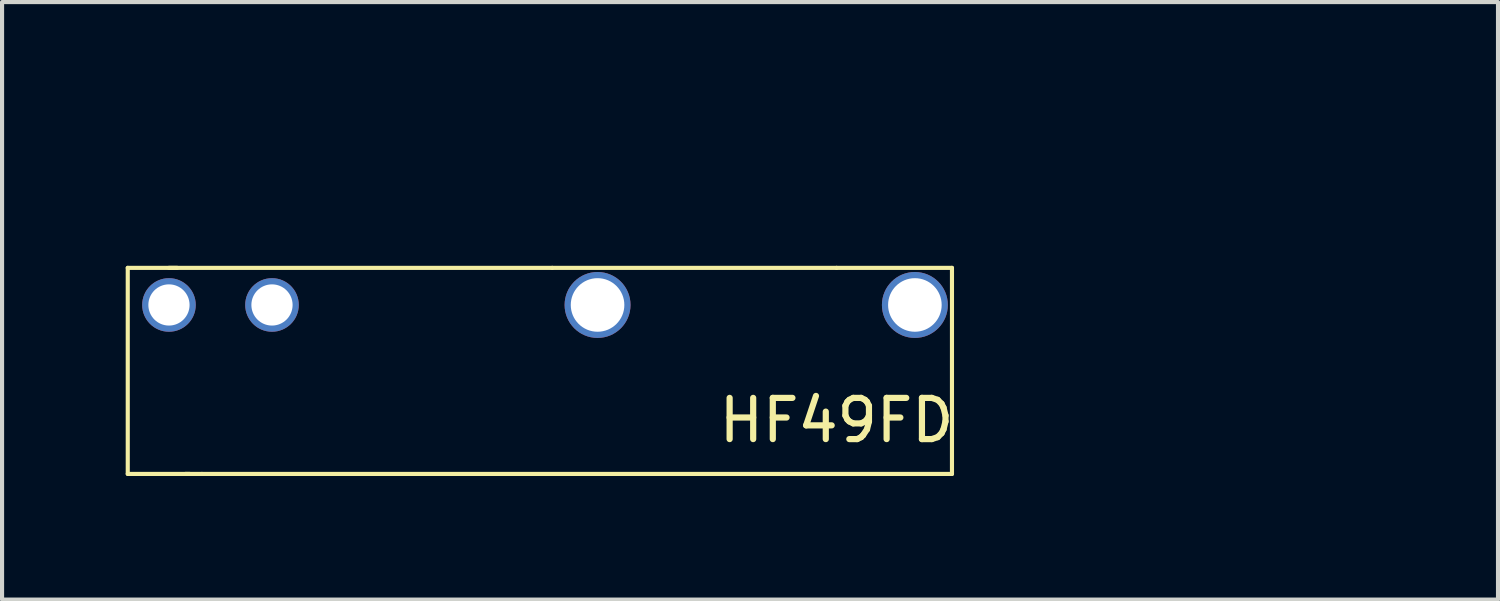
<source format=kicad_pcb>
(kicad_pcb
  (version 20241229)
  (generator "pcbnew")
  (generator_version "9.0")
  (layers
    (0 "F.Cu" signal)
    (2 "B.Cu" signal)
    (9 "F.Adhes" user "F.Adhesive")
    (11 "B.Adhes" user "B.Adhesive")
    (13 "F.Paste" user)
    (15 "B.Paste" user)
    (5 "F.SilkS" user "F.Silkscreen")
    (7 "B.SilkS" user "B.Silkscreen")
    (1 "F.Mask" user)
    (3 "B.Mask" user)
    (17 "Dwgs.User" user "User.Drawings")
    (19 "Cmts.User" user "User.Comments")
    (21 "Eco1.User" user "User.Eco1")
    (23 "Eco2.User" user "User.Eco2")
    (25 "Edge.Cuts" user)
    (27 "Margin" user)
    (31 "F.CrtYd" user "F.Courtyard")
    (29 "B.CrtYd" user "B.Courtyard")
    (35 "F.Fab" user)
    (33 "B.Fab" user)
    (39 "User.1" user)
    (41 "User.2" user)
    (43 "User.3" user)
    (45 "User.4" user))
  (footprint "HF49FD"
    (layer "F.Cu")
    (at 30.05 0.25)
    (property "Reference" "HF49FD" (at -12.8 6.9 0) (layer "F.SilkS") (effects (font (size 1 1) (thickness 0.15))))
    (attr through_hole)
    (fp_line (start -30 3.2) (end -28.8 3.2) (stroke (width 0.1) (type solid)) (layer "F.SilkS"))
    (fp_line (start -30 8.2) (end -30 3.2) (stroke (width 0.1) (type solid)) (layer "F.SilkS"))
    (fp_line (start -29 3.2) (end -19.7 3.2) (stroke (width 0.1) (type solid)) (layer "F.SilkS"))
    (fp_line (start -28.5 8.2) (end -30 8.2) (stroke (width 0.1) (type solid)) (layer "F.SilkS"))
    (fp_line (start -28.2 8.2) (end -28.6 8.2) (stroke (width 0.1) (type solid)) (layer "F.SilkS"))
    (fp_line (start -19.7 3.2) (end -12.8 3.2) (stroke (width 0.1) (type solid)) (layer "F.SilkS"))
    (fp_line (start -12.8 3.2) (end -10 3.2) (stroke (width 0.1) (type solid)) (layer "F.SilkS"))
    (fp_line (start -10 3.2) (end -10 8.2) (stroke (width 0.1) (type solid)) (layer "F.SilkS"))
    (fp_line (start -10 8.2) (end -28.2 8.2) (stroke (width 0.1) (type solid)) (layer "F.SilkS"))
    (pad "11" thru_hole circle (at -18.6 4.1) (size 1.6 1.6) (drill 1.3) (layers "*.Cu" "*.Mask"))
    (pad "14" thru_hole circle (at -10.9 4.1) (size 1.6 1.6) (drill 1.3) (layers "*.Cu" "*.Mask"))
    (pad "A1" thru_hole circle (at -29 4.1) (size 1.3 1.3) (drill 1) (layers "*.Cu" "*.Mask"))
    (pad "A2" thru_hole circle (at -26.5 4.1) (size 1.3 1.3) (drill 1) (layers "*.Cu" "*.Mask")))
  (gr_rect
    (start -3 -3)
    (end 33.3 11.5)
    (stroke (width 0.1) (type default))
    (fill no)
    (layer "Edge.Cuts")))
</source>
